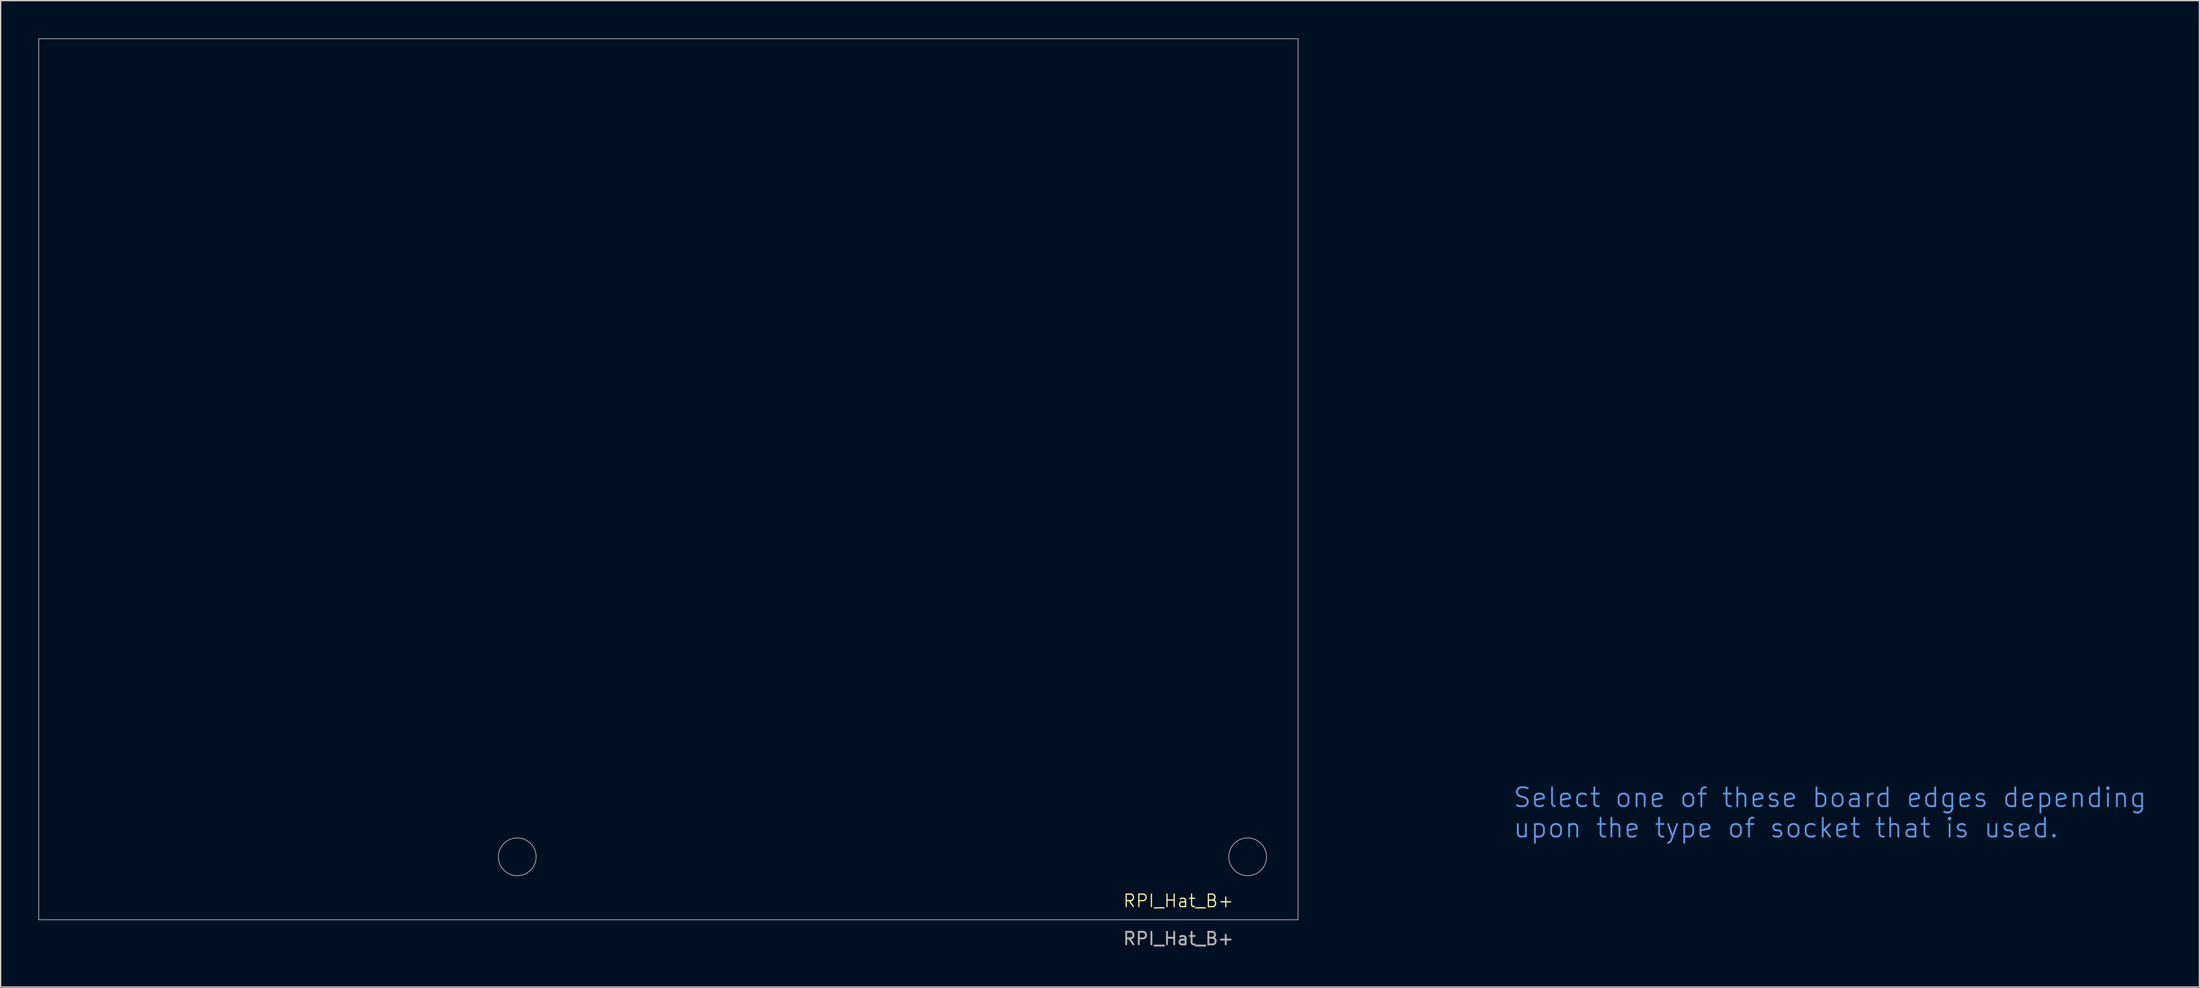
<source format=kicad_pcb>
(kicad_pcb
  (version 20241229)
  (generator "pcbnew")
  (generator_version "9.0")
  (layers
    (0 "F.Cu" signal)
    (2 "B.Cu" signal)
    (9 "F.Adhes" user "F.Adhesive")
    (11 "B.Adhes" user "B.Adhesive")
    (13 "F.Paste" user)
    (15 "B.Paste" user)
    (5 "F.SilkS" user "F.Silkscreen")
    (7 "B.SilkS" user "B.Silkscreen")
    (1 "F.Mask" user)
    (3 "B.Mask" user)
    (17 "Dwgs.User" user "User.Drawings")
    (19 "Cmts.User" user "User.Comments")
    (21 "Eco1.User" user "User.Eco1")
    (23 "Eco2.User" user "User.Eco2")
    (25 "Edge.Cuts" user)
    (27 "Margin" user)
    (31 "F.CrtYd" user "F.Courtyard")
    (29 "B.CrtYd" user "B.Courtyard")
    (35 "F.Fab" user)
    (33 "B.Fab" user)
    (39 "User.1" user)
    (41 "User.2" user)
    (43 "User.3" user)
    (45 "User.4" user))
  (footprint "RPI_Hat_B+"
    (layer "F.Cu")
    (at 67.025 65.025)
    (property "Reference" "RPI_Hat_B+" (at 23.5 3.5 0) (unlocked yes) (layer "F.SilkS") (effects (font (size 1 1) (thickness 0.1))))
    (attr through_hole)
    (fp_rect (start -67 -65) (end 33 5) (stroke (width 0.05) (type solid)) (fill no) (layer "Edge.Cuts"))
    (fp_circle (center -29 0) (end -30.5 -0.000001) (stroke (width 0.05) (type default)) (fill no) (layer "Edge.Cuts"))
    (fp_circle (center 29 0) (end 30.5 -0.000001) (stroke (width 0.05) (type default)) (fill no) (layer "Edge.Cuts"))
    (fp_text user "Select one of these board edges depending \nupon the type of socket that is used." (at 50 -3.5 0) (unlocked yes) (layer "Cmts.User") (effects (font (size 1.5 1.5) (thickness 0.15)) (justify left)))
    (fp_text user "${REFERENCE}" (at 23.5 6.5 0) (unlocked yes) (layer "F.Fab") (effects (font (size 1 1) (thickness 0.15)))))
  (gr_rect
    (start -3 -3)
    (end 171.604 75.373)
    (stroke (width 0.1) (type default))
    (fill no)
    (layer "Edge.Cuts")))
</source>
